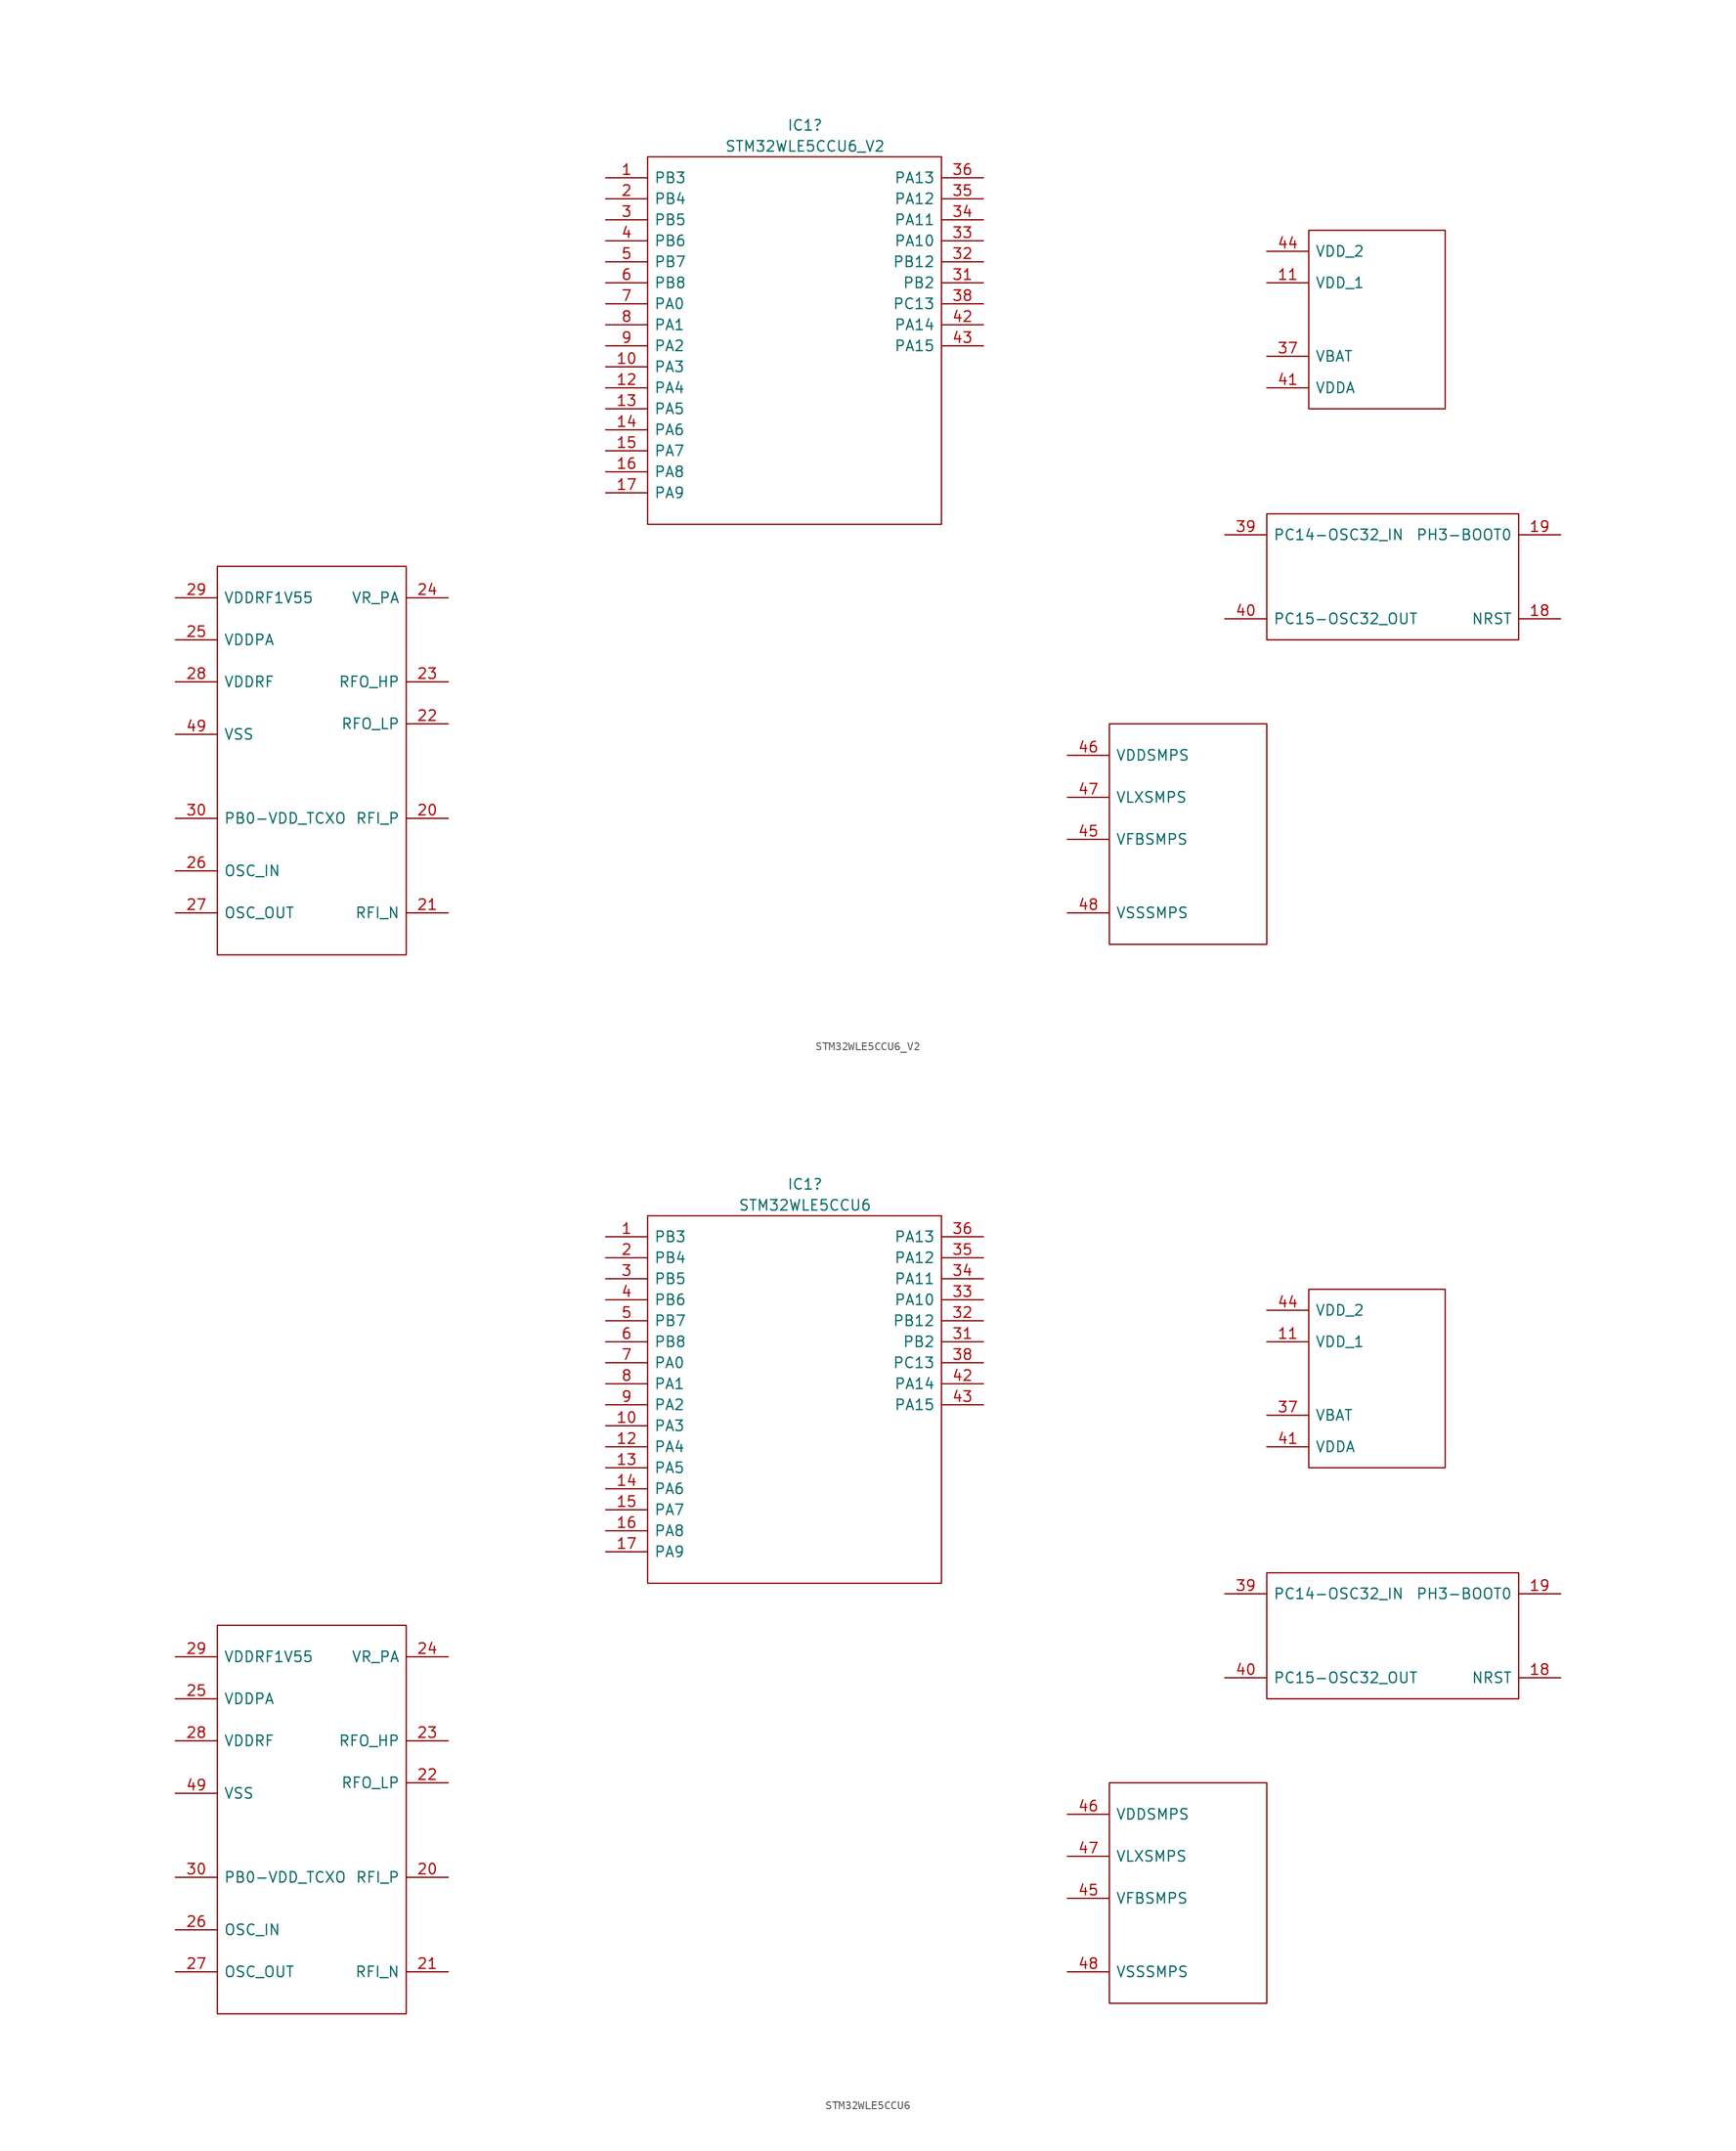
<source format=kicad_sym>
(kicad_symbol_lib
  (version 20211014)
  (generator kicad_symbol_editor)
  (symbol "STM32WLE5CCU6_V2"
    (pin_names
      (offset 0.762))
    (property "Reference" "IC1"
      (at 24.13 6.35 0)
      (effects (font (size 1.27 1.27))))
    (property "Value" "STM32WLE5CCU6_V2"
      (at 24.13 3.81 0)
      (effects (font (size 1.27 1.27))))
    (symbol "STM32WLE5CCU6_V2_0_0"
      (text "" (at 24.13 6.35 0) (effects (font (size 1.27 1.27))))
      (text "" (at 72.39 -1.27 0) (effects (font (size 1.27 1.27))))
      (pin passive line (at 0 0 0) (length 5.08) (name "PB3" (effects (font (size 1.27 1.27)))) (number "1" (effects (font (size 1.27 1.27)))))
      (pin passive line (at 0 -22.86 0) (length 5.08) (name "PA3" (effects (font (size 1.27 1.27)))) (number "10" (effects (font (size 1.27 1.27)))))
      (pin passive line (at 80.01 -12.7 0) (length 5.08) (name "VDD_1" (effects (font (size 1.27 1.27)))) (number "11" (effects (font (size 1.27 1.27)))))
      (pin passive line (at 0 -25.4 0) (length 5.08) (name "PA4" (effects (font (size 1.27 1.27)))) (number "12" (effects (font (size 1.27 1.27)))))
      (pin passive line (at 0 -27.94 0) (length 5.08) (name "PA5" (effects (font (size 1.27 1.27)))) (number "13" (effects (font (size 1.27 1.27)))))
      (pin passive line (at 0 -30.48 0) (length 5.08) (name "PA6" (effects (font (size 1.27 1.27)))) (number "14" (effects (font (size 1.27 1.27)))))
      (pin passive line (at 0 -33.02 0) (length 5.08) (name "PA7" (effects (font (size 1.27 1.27)))) (number "15" (effects (font (size 1.27 1.27)))))
      (pin passive line (at 0 -35.56 0) (length 5.08) (name "PA8" (effects (font (size 1.27 1.27)))) (number "16" (effects (font (size 1.27 1.27)))))
      (pin passive line (at 0 -38.1 0) (length 5.08) (name "PA9" (effects (font (size 1.27 1.27)))) (number "17" (effects (font (size 1.27 1.27)))))
      (pin passive line (at 115.57 -53.34 180) (length 5.08) (name "NRST" (effects (font (size 1.27 1.27)))) (number "18" (effects (font (size 1.27 1.27)))))
      (pin passive line (at 115.57 -43.18 180) (length 5.08) (name "PH3-BOOT0" (effects (font (size 1.27 1.27)))) (number "19" (effects (font (size 1.27 1.27)))))
      (pin passive line (at 0 -2.54 0) (length 5.08) (name "PB4" (effects (font (size 1.27 1.27)))) (number "2" (effects (font (size 1.27 1.27)))))
      (pin passive line (at -19.05 -77.47 180) (length 5.08) (name "RFI_P" (effects (font (size 1.27 1.27)))) (number "20" (effects (font (size 1.27 1.27)))))
      (pin passive line (at -19.05 -88.9 180) (length 5.08) (name "RFI_N" (effects (font (size 1.27 1.27)))) (number "21" (effects (font (size 1.27 1.27)))))
      (pin passive line (at -19.05 -66.04 180) (length 5.08) (name "RFO_LP" (effects (font (size 1.27 1.27)))) (number "22" (effects (font (size 1.27 1.27)))))
      (pin passive line (at -19.05 -60.96 180) (length 5.08) (name "RFO_HP" (effects (font (size 1.27 1.27)))) (number "23" (effects (font (size 1.27 1.27)))))
      (pin passive line (at -19.05 -50.8 180) (length 5.08) (name "VR_PA" (effects (font (size 1.27 1.27)))) (number "24" (effects (font (size 1.27 1.27)))))
      (pin passive line (at -52.07 -55.88 0) (length 5.08) (name "VDDPA" (effects (font (size 1.27 1.27)))) (number "25" (effects (font (size 1.27 1.27)))))
      (pin passive line (at -52.07 -83.82 0) (length 5.08) (name "OSC_IN" (effects (font (size 1.27 1.27)))) (number "26" (effects (font (size 1.27 1.27)))))
      (pin passive line (at -52.07 -88.9 0) (length 5.08) (name "OSC_OUT" (effects (font (size 1.27 1.27)))) (number "27" (effects (font (size 1.27 1.27)))))
      (pin passive line (at -52.07 -60.96 0) (length 5.08) (name "VDDRF" (effects (font (size 1.27 1.27)))) (number "28" (effects (font (size 1.27 1.27)))))
      (pin passive line (at -52.07 -50.8 0) (length 5.08) (name "VDDRF1V55" (effects (font (size 1.27 1.27)))) (number "29" (effects (font (size 1.27 1.27)))))
      (pin passive line (at 0 -5.08 0) (length 5.08) (name "PB5" (effects (font (size 1.27 1.27)))) (number "3" (effects (font (size 1.27 1.27)))))
      (pin passive line (at -52.07 -77.47 0) (length 5.08) (name "PB0-VDD_TCXO" (effects (font (size 1.27 1.27)))) (number "30" (effects (font (size 1.27 1.27)))))
      (pin passive line (at 45.72 -12.7 180) (length 5.08) (name "PB2" (effects (font (size 1.27 1.27)))) (number "31" (effects (font (size 1.27 1.27)))))
      (pin passive line (at 45.72 -10.16 180) (length 5.08) (name "PB12" (effects (font (size 1.27 1.27)))) (number "32" (effects (font (size 1.27 1.27)))))
      (pin passive line (at 45.72 -7.62 180) (length 5.08) (name "PA10" (effects (font (size 1.27 1.27)))) (number "33" (effects (font (size 1.27 1.27)))))
      (pin passive line (at 45.72 -5.08 180) (length 5.08) (name "PA11" (effects (font (size 1.27 1.27)))) (number "34" (effects (font (size 1.27 1.27)))))
      (pin passive line (at 45.72 -2.54 180) (length 5.08) (name "PA12" (effects (font (size 1.27 1.27)))) (number "35" (effects (font (size 1.27 1.27)))))
      (pin passive line (at 45.72 0 180) (length 5.08) (name "PA13" (effects (font (size 1.27 1.27)))) (number "36" (effects (font (size 1.27 1.27)))))
      (pin passive line (at 80.01 -21.59 0) (length 5.08) (name "VBAT" (effects (font (size 1.27 1.27)))) (number "37" (effects (font (size 1.27 1.27)))))
      (pin passive line (at 45.72 -15.24 180) (length 5.08) (name "PC13" (effects (font (size 1.27 1.27)))) (number "38" (effects (font (size 1.27 1.27)))))
      (pin passive line (at 74.93 -43.18 0) (length 5.08) (name "PC14-OSC32_IN" (effects (font (size 1.27 1.27)))) (number "39" (effects (font (size 1.27 1.27)))))
      (pin passive line (at 0 -7.62 0) (length 5.08) (name "PB6" (effects (font (size 1.27 1.27)))) (number "4" (effects (font (size 1.27 1.27)))))
      (pin passive line (at 74.93 -53.34 0) (length 5.08) (name "PC15-OSC32_OUT" (effects (font (size 1.27 1.27)))) (number "40" (effects (font (size 1.27 1.27)))))
      (pin passive line (at 80.01 -25.4 0) (length 5.08) (name "VDDA" (effects (font (size 1.27 1.27)))) (number "41" (effects (font (size 1.27 1.27)))))
      (pin passive line (at 45.72 -17.78 180) (length 5.08) (name "PA14" (effects (font (size 1.27 1.27)))) (number "42" (effects (font (size 1.27 1.27)))))
      (pin passive line (at 45.72 -20.32 180) (length 5.08) (name "PA15" (effects (font (size 1.27 1.27)))) (number "43" (effects (font (size 1.27 1.27)))))
      (pin passive line (at 80.01 -8.89 0) (length 5.08) (name "VDD_2" (effects (font (size 1.27 1.27)))) (number "44" (effects (font (size 1.27 1.27)))))
      (pin passive line (at 55.88 -80.01 0) (length 5.08) (name "VFBSMPS" (effects (font (size 1.27 1.27)))) (number "45" (effects (font (size 1.27 1.27)))))
      (pin passive line (at 55.88 -69.85 0) (length 5.08) (name "VDDSMPS" (effects (font (size 1.27 1.27)))) (number "46" (effects (font (size 1.27 1.27)))))
      (pin passive line (at 55.88 -74.93 0) (length 5.08) (name "VLXSMPS" (effects (font (size 1.27 1.27)))) (number "47" (effects (font (size 1.27 1.27)))))
      (pin passive line (at 55.88 -88.9 0) (length 5.08) (name "VSSSMPS" (effects (font (size 1.27 1.27)))) (number "48" (effects (font (size 1.27 1.27)))))
      (pin passive line (at -52.07 -67.31 0) (length 5.08) (name "VSS" (effects (font (size 1.27 1.27)))) (number "49" (effects (font (size 1.27 1.27)))))
      (pin passive line (at 0 -10.16 0) (length 5.08) (name "PB7" (effects (font (size 1.27 1.27)))) (number "5" (effects (font (size 1.27 1.27)))))
      (pin passive line (at 0 -12.7 0) (length 5.08) (name "PB8" (effects (font (size 1.27 1.27)))) (number "6" (effects (font (size 1.27 1.27)))))
      (pin passive line (at 0 -15.24 0) (length 5.08) (name "PA0" (effects (font (size 1.27 1.27)))) (number "7" (effects (font (size 1.27 1.27)))))
      (pin passive line (at 0 -17.78 0) (length 5.08) (name "PA1" (effects (font (size 1.27 1.27)))) (number "8" (effects (font (size 1.27 1.27)))))
      (pin passive line (at 0 -20.32 0) (length 5.08) (name "PA2" (effects (font (size 1.27 1.27)))) (number "9" (effects (font (size 1.27 1.27))))))
    (symbol "STM32WLE5CCU6_V2_0_1"
      (rectangle (start -46.99 -46.99) (end -24.13 -93.98) (stroke (width 0) (type default) (color 0 0 0 0)) (fill (type none)))
      (polyline (pts (xy 5.08 2.54) (xy 40.64 2.54) (xy 40.64 -41.91) (xy 5.08 -41.91) (xy 5.08 2.54)) (stroke (width 0.152) (type default) (color 0 0 0 0)) (fill (type none)))
      (rectangle (start 60.96 -66.04) (end 80.01 -92.71) (stroke (width 0) (type default) (color 0 0 0 0)) (fill (type none)))
      (rectangle (start 80.01 -40.64) (end 110.49 -55.88) (stroke (width 0) (type default) (color 0 0 0 0)) (fill (type none)))
      (rectangle (start 85.09 -6.35) (end 101.6 -27.94) (stroke (width 0) (type default) (color 0 0 0 0)) (fill (type none)))))
  (symbol "STM32WLE5CCU6"
    (pin_names
      (offset 0.762))
    (property "Reference" "IC1"
      (at 24.13 6.35 0)
      (effects (font (size 1.27 1.27))))
    (property "Value" "STM32WLE5CCU6"
      (at 24.13 3.81 0)
      (effects (font (size 1.27 1.27))))
    (symbol "STM32WLE5CCU6_0_0"
      (text "" (at 24.13 6.35 0) (effects (font (size 1.27 1.27))))
      (text "" (at 72.39 -1.27 0) (effects (font (size 1.27 1.27))))
      (pin passive line (at 0 0 0) (length 5.08) (name "PB3" (effects (font (size 1.27 1.27)))) (number "1" (effects (font (size 1.27 1.27)))))
      (pin passive line (at 0 -22.86 0) (length 5.08) (name "PA3" (effects (font (size 1.27 1.27)))) (number "10" (effects (font (size 1.27 1.27)))))
      (pin passive line (at 80.01 -12.7 0) (length 5.08) (name "VDD_1" (effects (font (size 1.27 1.27)))) (number "11" (effects (font (size 1.27 1.27)))))
      (pin passive line (at 0 -25.4 0) (length 5.08) (name "PA4" (effects (font (size 1.27 1.27)))) (number "12" (effects (font (size 1.27 1.27)))))
      (pin passive line (at 0 -27.94 0) (length 5.08) (name "PA5" (effects (font (size 1.27 1.27)))) (number "13" (effects (font (size 1.27 1.27)))))
      (pin passive line (at 0 -30.48 0) (length 5.08) (name "PA6" (effects (font (size 1.27 1.27)))) (number "14" (effects (font (size 1.27 1.27)))))
      (pin passive line (at 0 -33.02 0) (length 5.08) (name "PA7" (effects (font (size 1.27 1.27)))) (number "15" (effects (font (size 1.27 1.27)))))
      (pin passive line (at 0 -35.56 0) (length 5.08) (name "PA8" (effects (font (size 1.27 1.27)))) (number "16" (effects (font (size 1.27 1.27)))))
      (pin passive line (at 0 -38.1 0) (length 5.08) (name "PA9" (effects (font (size 1.27 1.27)))) (number "17" (effects (font (size 1.27 1.27)))))
      (pin passive line (at 115.57 -53.34 180) (length 5.08) (name "NRST" (effects (font (size 1.27 1.27)))) (number "18" (effects (font (size 1.27 1.27)))))
      (pin passive line (at 115.57 -43.18 180) (length 5.08) (name "PH3-BOOT0" (effects (font (size 1.27 1.27)))) (number "19" (effects (font (size 1.27 1.27)))))
      (pin passive line (at 0 -2.54 0) (length 5.08) (name "PB4" (effects (font (size 1.27 1.27)))) (number "2" (effects (font (size 1.27 1.27)))))
      (pin passive line (at -19.05 -77.47 180) (length 5.08) (name "RFI_P" (effects (font (size 1.27 1.27)))) (number "20" (effects (font (size 1.27 1.27)))))
      (pin passive line (at -19.05 -88.9 180) (length 5.08) (name "RFI_N" (effects (font (size 1.27 1.27)))) (number "21" (effects (font (size 1.27 1.27)))))
      (pin passive line (at -19.05 -66.04 180) (length 5.08) (name "RFO_LP" (effects (font (size 1.27 1.27)))) (number "22" (effects (font (size 1.27 1.27)))))
      (pin passive line (at -19.05 -60.96 180) (length 5.08) (name "RFO_HP" (effects (font (size 1.27 1.27)))) (number "23" (effects (font (size 1.27 1.27)))))
      (pin passive line (at -19.05 -50.8 180) (length 5.08) (name "VR_PA" (effects (font (size 1.27 1.27)))) (number "24" (effects (font (size 1.27 1.27)))))
      (pin passive line (at -52.07 -55.88 0) (length 5.08) (name "VDDPA" (effects (font (size 1.27 1.27)))) (number "25" (effects (font (size 1.27 1.27)))))
      (pin passive line (at -52.07 -83.82 0) (length 5.08) (name "OSC_IN" (effects (font (size 1.27 1.27)))) (number "26" (effects (font (size 1.27 1.27)))))
      (pin passive line (at -52.07 -88.9 0) (length 5.08) (name "OSC_OUT" (effects (font (size 1.27 1.27)))) (number "27" (effects (font (size 1.27 1.27)))))
      (pin passive line (at -52.07 -60.96 0) (length 5.08) (name "VDDRF" (effects (font (size 1.27 1.27)))) (number "28" (effects (font (size 1.27 1.27)))))
      (pin passive line (at -52.07 -50.8 0) (length 5.08) (name "VDDRF1V55" (effects (font (size 1.27 1.27)))) (number "29" (effects (font (size 1.27 1.27)))))
      (pin passive line (at 0 -5.08 0) (length 5.08) (name "PB5" (effects (font (size 1.27 1.27)))) (number "3" (effects (font (size 1.27 1.27)))))
      (pin passive line (at -52.07 -77.47 0) (length 5.08) (name "PB0-VDD_TCXO" (effects (font (size 1.27 1.27)))) (number "30" (effects (font (size 1.27 1.27)))))
      (pin passive line (at 45.72 -12.7 180) (length 5.08) (name "PB2" (effects (font (size 1.27 1.27)))) (number "31" (effects (font (size 1.27 1.27)))))
      (pin passive line (at 45.72 -10.16 180) (length 5.08) (name "PB12" (effects (font (size 1.27 1.27)))) (number "32" (effects (font (size 1.27 1.27)))))
      (pin passive line (at 45.72 -7.62 180) (length 5.08) (name "PA10" (effects (font (size 1.27 1.27)))) (number "33" (effects (font (size 1.27 1.27)))))
      (pin passive line (at 45.72 -5.08 180) (length 5.08) (name "PA11" (effects (font (size 1.27 1.27)))) (number "34" (effects (font (size 1.27 1.27)))))
      (pin passive line (at 45.72 -2.54 180) (length 5.08) (name "PA12" (effects (font (size 1.27 1.27)))) (number "35" (effects (font (size 1.27 1.27)))))
      (pin passive line (at 45.72 0 180) (length 5.08) (name "PA13" (effects (font (size 1.27 1.27)))) (number "36" (effects (font (size 1.27 1.27)))))
      (pin passive line (at 80.01 -21.59 0) (length 5.08) (name "VBAT" (effects (font (size 1.27 1.27)))) (number "37" (effects (font (size 1.27 1.27)))))
      (pin passive line (at 45.72 -15.24 180) (length 5.08) (name "PC13" (effects (font (size 1.27 1.27)))) (number "38" (effects (font (size 1.27 1.27)))))
      (pin passive line (at 74.93 -43.18 0) (length 5.08) (name "PC14-OSC32_IN" (effects (font (size 1.27 1.27)))) (number "39" (effects (font (size 1.27 1.27)))))
      (pin passive line (at 0 -7.62 0) (length 5.08) (name "PB6" (effects (font (size 1.27 1.27)))) (number "4" (effects (font (size 1.27 1.27)))))
      (pin passive line (at 74.93 -53.34 0) (length 5.08) (name "PC15-OSC32_OUT" (effects (font (size 1.27 1.27)))) (number "40" (effects (font (size 1.27 1.27)))))
      (pin passive line (at 80.01 -25.4 0) (length 5.08) (name "VDDA" (effects (font (size 1.27 1.27)))) (number "41" (effects (font (size 1.27 1.27)))))
      (pin passive line (at 45.72 -17.78 180) (length 5.08) (name "PA14" (effects (font (size 1.27 1.27)))) (number "42" (effects (font (size 1.27 1.27)))))
      (pin passive line (at 45.72 -20.32 180) (length 5.08) (name "PA15" (effects (font (size 1.27 1.27)))) (number "43" (effects (font (size 1.27 1.27)))))
      (pin passive line (at 80.01 -8.89 0) (length 5.08) (name "VDD_2" (effects (font (size 1.27 1.27)))) (number "44" (effects (font (size 1.27 1.27)))))
      (pin passive line (at 55.88 -80.01 0) (length 5.08) (name "VFBSMPS" (effects (font (size 1.27 1.27)))) (number "45" (effects (font (size 1.27 1.27)))))
      (pin passive line (at 55.88 -69.85 0) (length 5.08) (name "VDDSMPS" (effects (font (size 1.27 1.27)))) (number "46" (effects (font (size 1.27 1.27)))))
      (pin passive line (at 55.88 -74.93 0) (length 5.08) (name "VLXSMPS" (effects (font (size 1.27 1.27)))) (number "47" (effects (font (size 1.27 1.27)))))
      (pin passive line (at 55.88 -88.9 0) (length 5.08) (name "VSSSMPS" (effects (font (size 1.27 1.27)))) (number "48" (effects (font (size 1.27 1.27)))))
      (pin passive line (at -52.07 -67.31 0) (length 5.08) (name "VSS" (effects (font (size 1.27 1.27)))) (number "49" (effects (font (size 1.27 1.27)))))
      (pin passive line (at 0 -10.16 0) (length 5.08) (name "PB7" (effects (font (size 1.27 1.27)))) (number "5" (effects (font (size 1.27 1.27)))))
      (pin passive line (at 0 -12.7 0) (length 5.08) (name "PB8" (effects (font (size 1.27 1.27)))) (number "6" (effects (font (size 1.27 1.27)))))
      (pin passive line (at 0 -15.24 0) (length 5.08) (name "PA0" (effects (font (size 1.27 1.27)))) (number "7" (effects (font (size 1.27 1.27)))))
      (pin passive line (at 0 -17.78 0) (length 5.08) (name "PA1" (effects (font (size 1.27 1.27)))) (number "8" (effects (font (size 1.27 1.27)))))
      (pin passive line (at 0 -20.32 0) (length 5.08) (name "PA2" (effects (font (size 1.27 1.27)))) (number "9" (effects (font (size 1.27 1.27))))))
    (symbol "STM32WLE5CCU6_0_1"
      (rectangle (start -46.99 -46.99) (end -24.13 -93.98) (stroke (width 0) (type default) (color 0 0 0 0)) (fill (type none)))
      (polyline (pts (xy 5.08 2.54) (xy 40.64 2.54) (xy 40.64 -41.91) (xy 5.08 -41.91) (xy 5.08 2.54)) (stroke (width 0.152) (type default) (color 0 0 0 0)) (fill (type none)))
      (rectangle (start 60.96 -66.04) (end 80.01 -92.71) (stroke (width 0) (type default) (color 0 0 0 0)) (fill (type none)))
      (rectangle (start 80.01 -40.64) (end 110.49 -55.88) (stroke (width 0) (type default) (color 0 0 0 0)) (fill (type none)))
      (rectangle (start 85.09 -6.35) (end 101.6 -27.94) (stroke (width 0) (type default) (color 0 0 0 0)) (fill (type none))))))
</source>
